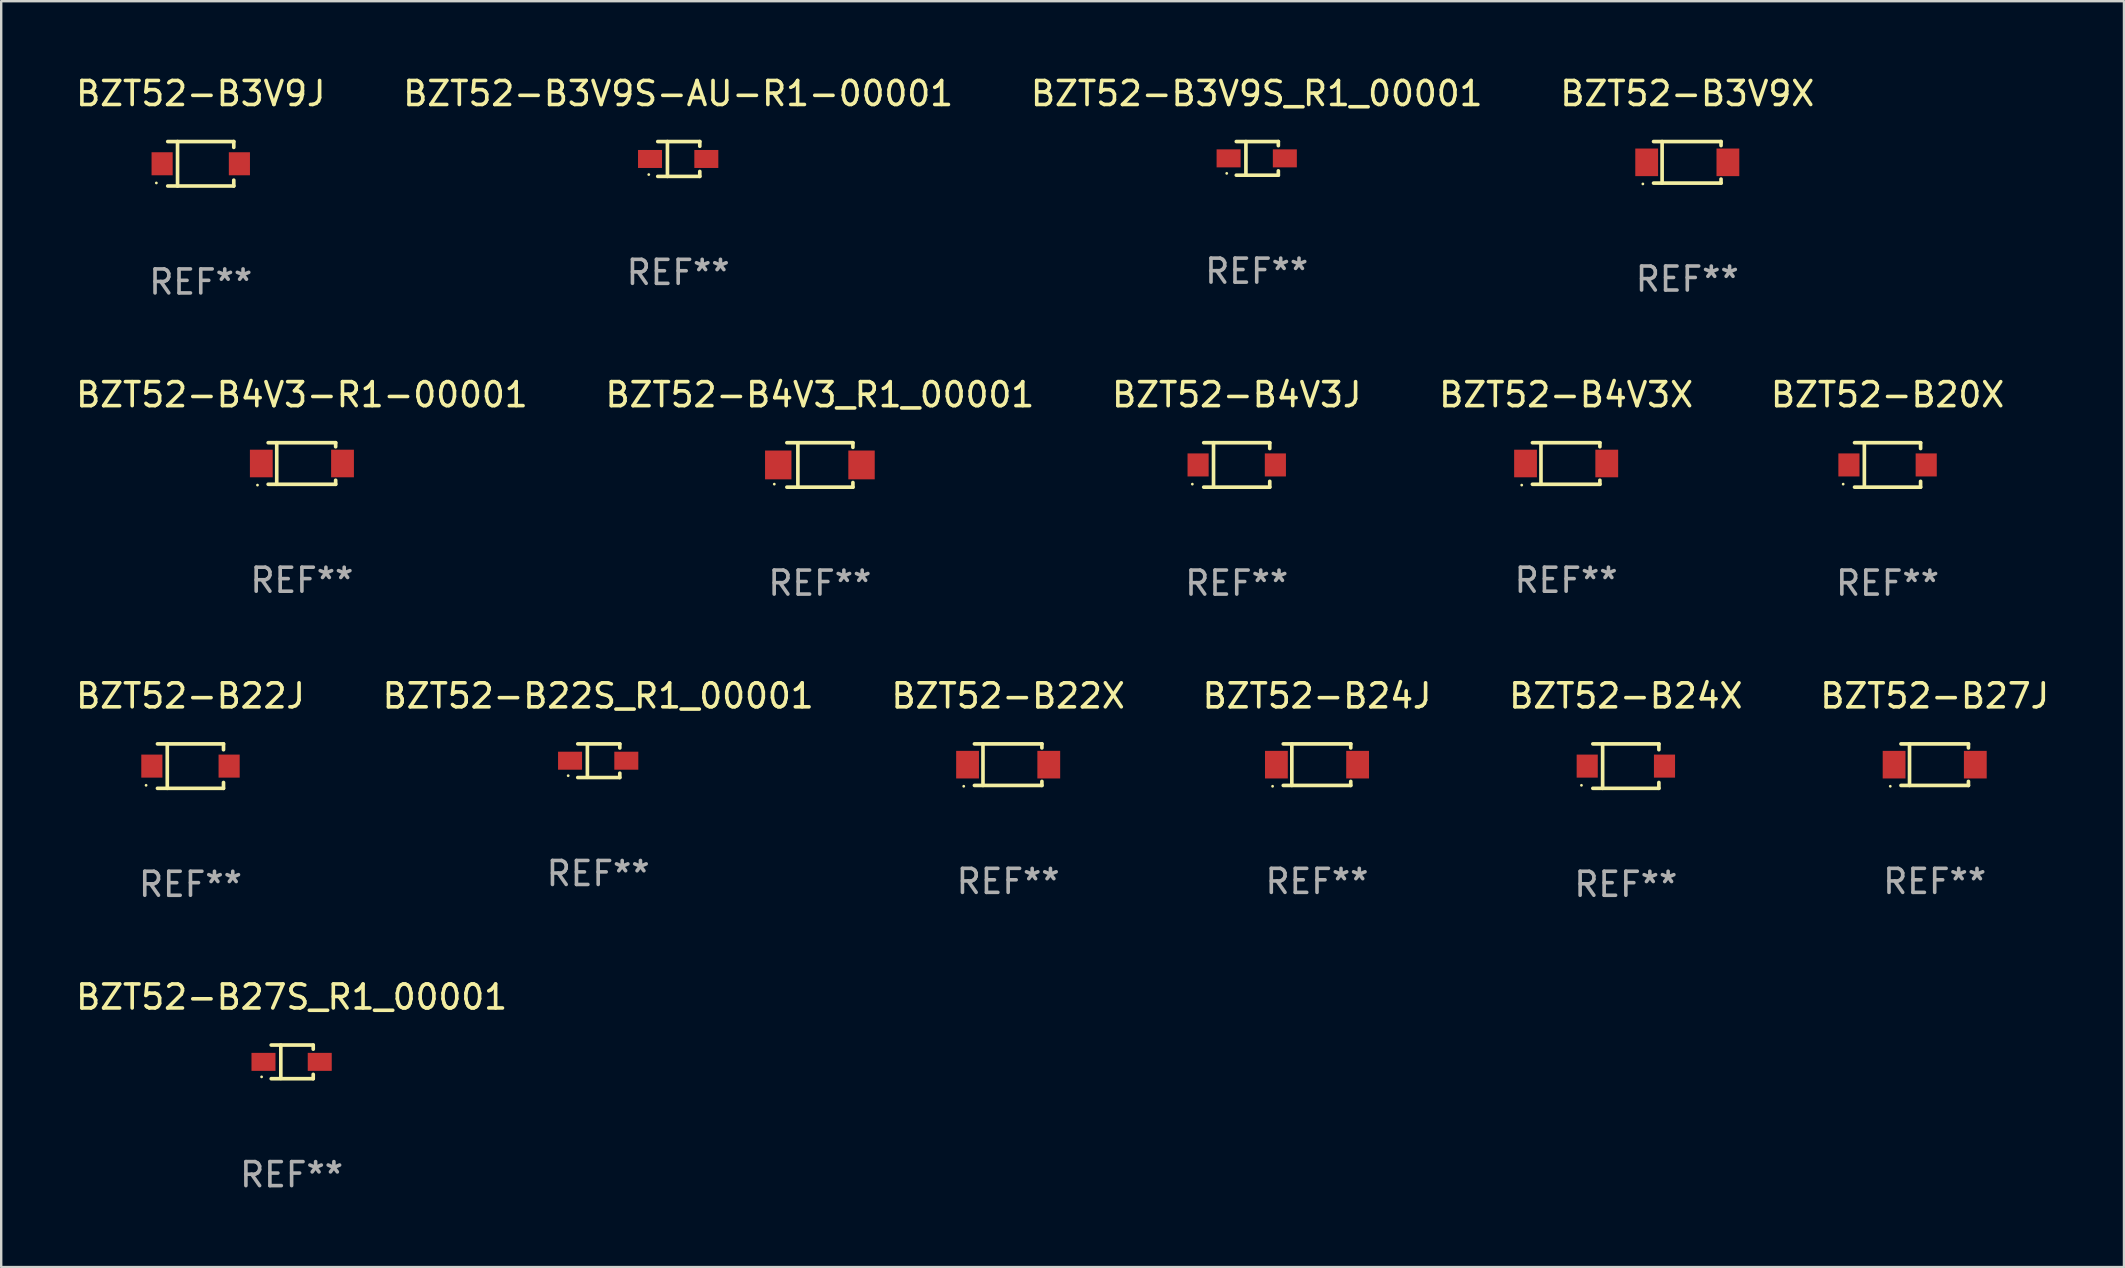
<source format=kicad_pcb>
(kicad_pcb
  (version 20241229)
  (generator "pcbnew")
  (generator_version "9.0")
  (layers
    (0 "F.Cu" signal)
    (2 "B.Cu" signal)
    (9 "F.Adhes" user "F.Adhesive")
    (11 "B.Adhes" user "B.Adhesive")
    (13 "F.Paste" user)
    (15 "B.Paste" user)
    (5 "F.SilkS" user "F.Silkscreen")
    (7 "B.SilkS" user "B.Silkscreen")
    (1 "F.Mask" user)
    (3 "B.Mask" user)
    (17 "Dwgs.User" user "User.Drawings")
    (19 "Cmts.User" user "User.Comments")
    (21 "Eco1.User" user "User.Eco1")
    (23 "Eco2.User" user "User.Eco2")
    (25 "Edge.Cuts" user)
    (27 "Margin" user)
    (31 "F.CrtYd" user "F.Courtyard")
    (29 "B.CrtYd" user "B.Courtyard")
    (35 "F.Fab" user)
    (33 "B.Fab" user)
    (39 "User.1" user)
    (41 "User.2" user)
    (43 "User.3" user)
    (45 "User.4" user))
  (footprint "BZT52-B22X"
    (layer "F.Cu")
    (at 38.958 28.812)
    (property "Reference" "BZT52-B22X" (at 0 -2.866 0) (layer "F.SilkS") (effects (font (size 1 1) (thickness 0.15))))
    (attr through_hole)
    (fp_line (start -1.406 -0.866) (end 1.406 -0.866) (stroke (width 0.152) (type solid)) (layer "F.SilkS"))
    (fp_line (start -1.406 0.866) (end 1.406 0.866) (stroke (width 0.152) (type solid)) (layer "F.SilkS"))
    (fp_line (start -1.049 -0.866) (end -1.049 0.866) (stroke (width 0.152) (type solid)) (layer "F.SilkS"))
    (fp_line (start 1.406 -0.866) (end 1.406 -0.698) (stroke (width 0.152) (type solid)) (layer "F.SilkS"))
    (fp_line (start 1.406 0.866) (end 1.406 0.698) (stroke (width 0.152) (type solid)) (layer "F.SilkS"))
    (fp_circle (center -1.851 0.9) (end -1.821 0.9) (stroke (width 0.06) (type solid)) (fill no) (layer "F.SilkS"))
    (fp_text user "REF**" (at 0 4.866 0) (layer "F.Fab") (effects (font (size 1 1) (thickness 0.15))))
    (pad "1" smd rect (at -1.692 0) (size 0.95 1.15) (layers "F.Cu" "F.Mask" "F.Paste"))
    (pad "2" smd rect (at 1.692 0) (size 0.95 1.15) (layers "F.Cu" "F.Mask" "F.Paste")))
  (footprint "BZT52-B20X"
    (layer "F.Cu")
    (at 75.601 16.323)
    (property "Reference" "BZT52-B20X" (at 0 -2.926 0) (layer "F.SilkS") (effects (font (size 1 1) (thickness 0.15))))
    (attr through_hole)
    (fp_line (start -1.376 -0.926) (end 1.376 -0.926) (stroke (width 0.152) (type solid)) (layer "F.SilkS"))
    (fp_line (start -1.376 0.926) (end 1.376 0.926) (stroke (width 0.152) (type solid)) (layer "F.SilkS"))
    (fp_line (start -0.967 -0.926) (end -0.967 0.926) (stroke (width 0.152) (type solid)) (layer "F.SilkS"))
    (fp_line (start 1.376 -0.926) (end 1.376 -0.683) (stroke (width 0.152) (type solid)) (layer "F.SilkS"))
    (fp_line (start 1.376 0.926) (end 1.376 0.683) (stroke (width 0.152) (type solid)) (layer "F.SilkS"))
    (fp_circle (center -1.85 0.8) (end -1.82 0.8) (stroke (width 0.06) (type solid)) (fill no) (layer "F.SilkS"))
    (fp_text user "REF**" (at 0 4.926 0) (layer "F.Fab") (effects (font (size 1 1) (thickness 0.15))))
    (pad "1" smd rect (at -1.61 0) (size 0.88 0.96) (layers "F.Cu" "F.Mask" "F.Paste"))
    (pad "2" smd rect (at 1.61 0) (size 0.88 0.96) (layers "F.Cu" "F.Mask" "F.Paste")))
  (footprint "BZT52-B22J"
    (layer "F.Cu")
    (at 4.887 28.872)
    (property "Reference" "BZT52-B22J" (at 0 -2.926 0) (layer "F.SilkS") (effects (font (size 1 1) (thickness 0.15))))
    (attr through_hole)
    (fp_line (start -1.376 -0.926) (end 1.376 -0.926) (stroke (width 0.152) (type solid)) (layer "F.SilkS"))
    (fp_line (start -1.376 0.926) (end 1.376 0.926) (stroke (width 0.152) (type solid)) (layer "F.SilkS"))
    (fp_line (start -0.967 -0.926) (end -0.967 0.926) (stroke (width 0.152) (type solid)) (layer "F.SilkS"))
    (fp_line (start 1.376 -0.926) (end 1.376 -0.683) (stroke (width 0.152) (type solid)) (layer "F.SilkS"))
    (fp_line (start 1.376 0.926) (end 1.376 0.683) (stroke (width 0.152) (type solid)) (layer "F.SilkS"))
    (fp_circle (center -1.85 0.8) (end -1.82 0.8) (stroke (width 0.06) (type solid)) (fill no) (layer "F.SilkS"))
    (fp_text user "REF**" (at 0 4.926 0) (layer "F.Fab") (effects (font (size 1 1) (thickness 0.15))))
    (pad "1" smd rect (at -1.61 0) (size 0.88 0.96) (layers "F.Cu" "F.Mask" "F.Paste"))
    (pad "2" smd rect (at 1.61 0) (size 0.88 0.96) (layers "F.Cu" "F.Mask" "F.Paste")))
  (footprint "BZT52-B3V9S-AU-R1-00001"
    (layer "F.Cu")
    (at 25.208 3.574)
    (property "Reference" "BZT52-B3V9S-AU-R1-00001" (at 0 -2.726 0) (layer "F.SilkS") (effects (font (size 1 1) (thickness 0.15))))
    (attr through_hole)
    (fp_line (start -0.851 -0.726) (end 0.901 -0.726) (stroke (width 0.152) (type solid)) (layer "F.SilkS"))
    (fp_line (start -0.851 0.726) (end 0.901 0.726) (stroke (width 0.152) (type solid)) (layer "F.SilkS"))
    (fp_line (start -0.447 -0.726) (end -0.447 0.726) (stroke (width 0.152) (type solid)) (layer "F.SilkS"))
    (fp_line (start 0.901 -0.726) (end 0.901 -0.53) (stroke (width 0.152) (type solid)) (layer "F.SilkS"))
    (fp_line (start 0.901 0.726) (end 0.901 0.52) (stroke (width 0.152) (type solid)) (layer "F.SilkS"))
    (fp_circle (center -1.225 0.65) (end -1.195 0.65) (stroke (width 0.06) (type solid)) (fill no) (layer "F.SilkS"))
    (fp_text user "REF**" (at 0 4.726 0) (layer "F.Fab") (effects (font (size 1 1) (thickness 0.15))))
    (pad "1" smd rect (at -1.173 0) (size 1 0.75) (layers "F.Cu" "F.Mask" "F.Paste"))
    (pad "2" smd rect (at 1.173 0) (size 1 0.75) (layers "F.Cu" "F.Mask" "F.Paste")))
  (footprint "BZT52-B27S_R1_00001"
    (layer "F.Cu")
    (at 9.101 41.196)
    (property "Reference" "BZT52-B27S_R1_00001" (at 0 -2.701 0) (layer "F.SilkS") (effects (font (size 1 1) (thickness 0.15))))
    (attr through_hole)
    (fp_line (start -0.851 -0.701) (end 0.901 -0.701) (stroke (width 0.152) (type solid)) (layer "F.SilkS"))
    (fp_line (start -0.851 0.701) (end 0.901 0.701) (stroke (width 0.152) (type solid)) (layer "F.SilkS"))
    (fp_line (start -0.45 -0.7) (end -0.45 0.69) (stroke (width 0.152) (type solid)) (layer "F.SilkS"))
    (fp_line (start 0.9 -0.7) (end 0.901 -0.53) (stroke (width 0.152) (type solid)) (layer "F.SilkS"))
    (fp_line (start 0.9 0.7) (end 0.901 0.52) (stroke (width 0.152) (type solid)) (layer "F.SilkS"))
    (fp_circle (center -1.25 0.625) (end -1.22 0.625) (stroke (width 0.06) (type solid)) (fill no) (layer "F.SilkS"))
    (fp_text user "REF**" (at 0 4.701 0) (layer "F.Fab") (effects (font (size 1 1) (thickness 0.15))))
    (pad "1" smd rect (at -1.172 -0.000102) (size 1 0.75) (layers "F.Cu" "F.Mask" "F.Paste"))
    (pad "2" smd rect (at 1.172 -0.000102) (size 1 0.75) (layers "F.Cu" "F.Mask" "F.Paste")))
  (footprint "BZT52-B24J"
    (layer "F.Cu")
    (at 51.827 28.812)
    (property "Reference" "BZT52-B24J" (at 0 -2.866 0) (layer "F.SilkS") (effects (font (size 1 1) (thickness 0.15))))
    (attr through_hole)
    (fp_line (start -1.406 -0.866) (end 1.406 -0.866) (stroke (width 0.152) (type solid)) (layer "F.SilkS"))
    (fp_line (start -1.406 0.866) (end 1.406 0.866) (stroke (width 0.152) (type solid)) (layer "F.SilkS"))
    (fp_line (start -1.049 -0.866) (end -1.049 0.866) (stroke (width 0.152) (type solid)) (layer "F.SilkS"))
    (fp_line (start 1.406 -0.866) (end 1.406 -0.698) (stroke (width 0.152) (type solid)) (layer "F.SilkS"))
    (fp_line (start 1.406 0.866) (end 1.406 0.698) (stroke (width 0.152) (type solid)) (layer "F.SilkS"))
    (fp_circle (center -1.851 0.9) (end -1.821 0.9) (stroke (width 0.06) (type solid)) (fill no) (layer "F.SilkS"))
    (fp_text user "REF**" (at 0 4.866 0) (layer "F.Fab") (effects (font (size 1 1) (thickness 0.15))))
    (pad "1" smd rect (at -1.692 0) (size 0.95 1.15) (layers "F.Cu" "F.Mask" "F.Paste"))
    (pad "2" smd rect (at 1.692 0) (size 0.95 1.15) (layers "F.Cu" "F.Mask" "F.Paste")))
  (footprint "BZT52-B24X"
    (layer "F.Cu")
    (at 64.696 28.872)
    (property "Reference" "BZT52-B24X" (at 0 -2.926 0) (layer "F.SilkS") (effects (font (size 1 1) (thickness 0.15))))
    (attr through_hole)
    (fp_line (start -1.376 -0.926) (end 1.376 -0.926) (stroke (width 0.152) (type solid)) (layer "F.SilkS"))
    (fp_line (start -1.376 0.926) (end 1.376 0.926) (stroke (width 0.152) (type solid)) (layer "F.SilkS"))
    (fp_line (start -0.967 -0.926) (end -0.967 0.926) (stroke (width 0.152) (type solid)) (layer "F.SilkS"))
    (fp_line (start 1.376 -0.926) (end 1.376 -0.683) (stroke (width 0.152) (type solid)) (layer "F.SilkS"))
    (fp_line (start 1.376 0.926) (end 1.376 0.683) (stroke (width 0.152) (type solid)) (layer "F.SilkS"))
    (fp_circle (center -1.85 0.8) (end -1.82 0.8) (stroke (width 0.06) (type solid)) (fill no) (layer "F.SilkS"))
    (fp_text user "REF**" (at 0 4.926 0) (layer "F.Fab") (effects (font (size 1 1) (thickness 0.15))))
    (pad "1" smd rect (at -1.61 0) (size 0.88 0.96) (layers "F.Cu" "F.Mask" "F.Paste"))
    (pad "2" smd rect (at 1.61 0) (size 0.88 0.96) (layers "F.Cu" "F.Mask" "F.Paste")))
  (footprint "BZT52-B3V9X"
    (layer "F.Cu")
    (at 67.256 3.714)
    (property "Reference" "BZT52-B3V9X" (at 0 -2.866 0) (layer "F.SilkS") (effects (font (size 1 1) (thickness 0.15))))
    (attr through_hole)
    (fp_line (start -1.406 -0.866) (end 1.406 -0.866) (stroke (width 0.152) (type solid)) (layer "F.SilkS"))
    (fp_line (start -1.406 0.866) (end 1.406 0.866) (stroke (width 0.152) (type solid)) (layer "F.SilkS"))
    (fp_line (start -1.049 -0.866) (end -1.049 0.866) (stroke (width 0.152) (type solid)) (layer "F.SilkS"))
    (fp_line (start 1.406 -0.866) (end 1.406 -0.698) (stroke (width 0.152) (type solid)) (layer "F.SilkS"))
    (fp_line (start 1.406 0.866) (end 1.406 0.698) (stroke (width 0.152) (type solid)) (layer "F.SilkS"))
    (fp_circle (center -1.851 0.9) (end -1.821 0.9) (stroke (width 0.06) (type solid)) (fill no) (layer "F.SilkS"))
    (fp_text user "REF**" (at 0 4.866 0) (layer "F.Fab") (effects (font (size 1 1) (thickness 0.15))))
    (pad "1" smd rect (at -1.692 0) (size 0.95 1.15) (layers "F.Cu" "F.Mask" "F.Paste"))
    (pad "2" smd rect (at 1.692 0) (size 0.95 1.15) (layers "F.Cu" "F.Mask" "F.Paste")))
  (footprint "BZT52-B3V9S_R1_00001"
    (layer "F.Cu")
    (at 49.315 3.549)
    (property "Reference" "BZT52-B3V9S_R1_00001" (at 0 -2.701 0) (layer "F.SilkS") (effects (font (size 1 1) (thickness 0.15))))
    (attr through_hole)
    (fp_line (start -0.851 -0.701) (end 0.901 -0.701) (stroke (width 0.152) (type solid)) (layer "F.SilkS"))
    (fp_line (start -0.851 0.701) (end 0.901 0.701) (stroke (width 0.152) (type solid)) (layer "F.SilkS"))
    (fp_line (start -0.45 -0.7) (end -0.45 0.69) (stroke (width 0.152) (type solid)) (layer "F.SilkS"))
    (fp_line (start 0.9 -0.7) (end 0.901 -0.53) (stroke (width 0.152) (type solid)) (layer "F.SilkS"))
    (fp_line (start 0.9 0.7) (end 0.901 0.52) (stroke (width 0.152) (type solid)) (layer "F.SilkS"))
    (fp_circle (center -1.25 0.625) (end -1.22 0.625) (stroke (width 0.06) (type solid)) (fill no) (layer "F.SilkS"))
    (fp_text user "REF**" (at 0 4.701 0) (layer "F.Fab") (effects (font (size 1 1) (thickness 0.15))))
    (pad "1" smd rect (at -1.172 -0.000102) (size 1 0.75) (layers "F.Cu" "F.Mask" "F.Paste"))
    (pad "2" smd rect (at 1.172 -0.000102) (size 1 0.75) (layers "F.Cu" "F.Mask" "F.Paste")))
  (footprint "BZT52-B4V3J"
    (layer "F.Cu")
    (at 48.482 16.323)
    (property "Reference" "BZT52-B4V3J" (at 0 -2.926 0) (layer "F.SilkS") (effects (font (size 1 1) (thickness 0.15))))
    (attr through_hole)
    (fp_line (start -1.376 -0.926) (end 1.376 -0.926) (stroke (width 0.152) (type solid)) (layer "F.SilkS"))
    (fp_line (start -1.376 0.926) (end 1.376 0.926) (stroke (width 0.152) (type solid)) (layer "F.SilkS"))
    (fp_line (start -0.967 -0.926) (end -0.967 0.926) (stroke (width 0.152) (type solid)) (layer "F.SilkS"))
    (fp_line (start 1.376 -0.926) (end 1.376 -0.683) (stroke (width 0.152) (type solid)) (layer "F.SilkS"))
    (fp_line (start 1.376 0.926) (end 1.376 0.683) (stroke (width 0.152) (type solid)) (layer "F.SilkS"))
    (fp_circle (center -1.85 0.8) (end -1.82 0.8) (stroke (width 0.06) (type solid)) (fill no) (layer "F.SilkS"))
    (fp_text user "REF**" (at 0 4.926 0) (layer "F.Fab") (effects (font (size 1 1) (thickness 0.15))))
    (pad "1" smd rect (at -1.61 0) (size 0.88 0.96) (layers "F.Cu" "F.Mask" "F.Paste"))
    (pad "2" smd rect (at 1.61 0) (size 0.88 0.96) (layers "F.Cu" "F.Mask" "F.Paste")))
  (footprint "BZT52-B27J"
    (layer "F.Cu")
    (at 77.565 28.812)
    (property "Reference" "BZT52-B27J" (at 0 -2.866 0) (layer "F.SilkS") (effects (font (size 1 1) (thickness 0.15))))
    (attr through_hole)
    (fp_line (start -1.406 -0.866) (end 1.406 -0.866) (stroke (width 0.152) (type solid)) (layer "F.SilkS"))
    (fp_line (start -1.406 0.866) (end 1.406 0.866) (stroke (width 0.152) (type solid)) (layer "F.SilkS"))
    (fp_line (start -1.049 -0.866) (end -1.049 0.866) (stroke (width 0.152) (type solid)) (layer "F.SilkS"))
    (fp_line (start 1.406 -0.866) (end 1.406 -0.698) (stroke (width 0.152) (type solid)) (layer "F.SilkS"))
    (fp_line (start 1.406 0.866) (end 1.406 0.698) (stroke (width 0.152) (type solid)) (layer "F.SilkS"))
    (fp_circle (center -1.851 0.9) (end -1.821 0.9) (stroke (width 0.06) (type solid)) (fill no) (layer "F.SilkS"))
    (fp_text user "REF**" (at 0 4.866 0) (layer "F.Fab") (effects (font (size 1 1) (thickness 0.15))))
    (pad "1" smd rect (at -1.692 0) (size 0.95 1.15) (layers "F.Cu" "F.Mask" "F.Paste"))
    (pad "2" smd rect (at 1.692 0) (size 0.95 1.15) (layers "F.Cu" "F.Mask" "F.Paste")))
  (footprint "BZT52-B4V3-R1-00001"
    (layer "F.Cu")
    (at 9.53 16.263)
    (property "Reference" "BZT52-B4V3-R1-00001" (at 0 -2.866 0) (layer "F.SilkS") (effects (font (size 1 1) (thickness 0.15))))
    (attr through_hole)
    (fp_line (start -1.406 -0.866) (end 1.406 -0.866) (stroke (width 0.152) (type solid)) (layer "F.SilkS"))
    (fp_line (start -1.406 0.866) (end 1.406 0.866) (stroke (width 0.152) (type solid)) (layer "F.SilkS"))
    (fp_line (start -1.049 -0.866) (end -1.049 0.866) (stroke (width 0.152) (type solid)) (layer "F.SilkS"))
    (fp_line (start 1.406 -0.866) (end 1.406 -0.698) (stroke (width 0.152) (type solid)) (layer "F.SilkS"))
    (fp_line (start 1.406 0.866) (end 1.406 0.698) (stroke (width 0.152) (type solid)) (layer "F.SilkS"))
    (fp_circle (center -1.851 0.9) (end -1.821 0.9) (stroke (width 0.06) (type solid)) (fill no) (layer "F.SilkS"))
    (fp_text user "REF**" (at 0 4.866 0) (layer "F.Fab") (effects (font (size 1 1) (thickness 0.15))))
    (pad "1" smd rect (at -1.692 0) (size 0.95 1.15) (layers "F.Cu" "F.Mask" "F.Paste"))
    (pad "2" smd rect (at 1.692 0) (size 0.95 1.15) (layers "F.Cu" "F.Mask" "F.Paste")))
  (footprint "BZT52-B4V3_R1_00001"
    (layer "F.Cu")
    (at 31.113 16.323)
    (property "Reference" "BZT52-B4V3_R1_00001" (at 0 -2.926 0) (layer "F.SilkS") (effects (font (size 1 1) (thickness 0.15))))
    (attr through_hole)
    (fp_line (start -1.376 -0.926) (end 1.376 -0.926) (stroke (width 0.152) (type solid)) (layer "F.SilkS"))
    (fp_line (start -1.376 0.926) (end 1.376 0.926) (stroke (width 0.152) (type solid)) (layer "F.SilkS"))
    (fp_line (start -0.917 -0.876) (end -0.917 0.876) (stroke (width 0.152) (type solid)) (layer "F.SilkS"))
    (fp_line (start 1.376 -0.926) (end 1.376 -0.733) (stroke (width 0.152) (type solid)) (layer "F.SilkS"))
    (fp_line (start 1.376 0.926) (end 1.376 0.733) (stroke (width 0.152) (type solid)) (layer "F.SilkS"))
    (fp_circle (center -1.9 0.8) (end -1.87 0.8) (stroke (width 0.06) (type solid)) (fill no) (layer "F.SilkS"))
    (fp_text user "REF**" (at 0 4.926 0) (layer "F.Fab") (effects (font (size 1 1) (thickness 0.15))))
    (pad "1" smd rect (at -1.735 -0.000025) (size 1.1 1.2) (layers "F.Cu" "F.Mask" "F.Paste"))
    (pad "2" smd rect (at 1.735 -0.000025) (size 1.1 1.2) (layers "F.Cu" "F.Mask" "F.Paste")))
  (footprint "BZT52-B3V9J"
    (layer "F.Cu")
    (at 5.315 3.774)
    (property "Reference" "BZT52-B3V9J" (at 0 -2.926 0) (layer "F.SilkS") (effects (font (size 1 1) (thickness 0.15))))
    (attr through_hole)
    (fp_line (start -1.376 -0.926) (end 1.376 -0.926) (stroke (width 0.152) (type solid)) (layer "F.SilkS"))
    (fp_line (start -1.376 0.926) (end 1.376 0.926) (stroke (width 0.152) (type solid)) (layer "F.SilkS"))
    (fp_line (start -0.967 -0.926) (end -0.967 0.926) (stroke (width 0.152) (type solid)) (layer "F.SilkS"))
    (fp_line (start 1.376 -0.926) (end 1.376 -0.683) (stroke (width 0.152) (type solid)) (layer "F.SilkS"))
    (fp_line (start 1.376 0.926) (end 1.376 0.683) (stroke (width 0.152) (type solid)) (layer "F.SilkS"))
    (fp_circle (center -1.85 0.8) (end -1.82 0.8) (stroke (width 0.06) (type solid)) (fill no) (layer "F.SilkS"))
    (fp_text user "REF**" (at 0 4.926 0) (layer "F.Fab") (effects (font (size 1 1) (thickness 0.15))))
    (pad "1" smd rect (at -1.61 0) (size 0.88 0.96) (layers "F.Cu" "F.Mask" "F.Paste"))
    (pad "2" smd rect (at 1.61 0) (size 0.88 0.96) (layers "F.Cu" "F.Mask" "F.Paste")))
  (footprint "BZT52-B22S_R1_00001"
    (layer "F.Cu")
    (at 21.875 28.647)
    (property "Reference" "BZT52-B22S_R1_00001" (at 0 -2.701 0) (layer "F.SilkS") (effects (font (size 1 1) (thickness 0.15))))
    (attr through_hole)
    (fp_line (start -0.851 -0.701) (end 0.901 -0.701) (stroke (width 0.152) (type solid)) (layer "F.SilkS"))
    (fp_line (start -0.851 0.701) (end 0.901 0.701) (stroke (width 0.152) (type solid)) (layer "F.SilkS"))
    (fp_line (start -0.45 -0.7) (end -0.45 0.69) (stroke (width 0.152) (type solid)) (layer "F.SilkS"))
    (fp_line (start 0.9 -0.7) (end 0.901 -0.53) (stroke (width 0.152) (type solid)) (layer "F.SilkS"))
    (fp_line (start 0.9 0.7) (end 0.901 0.52) (stroke (width 0.152) (type solid)) (layer "F.SilkS"))
    (fp_circle (center -1.25 0.625) (end -1.22 0.625) (stroke (width 0.06) (type solid)) (fill no) (layer "F.SilkS"))
    (fp_text user "REF**" (at 0 4.701 0) (layer "F.Fab") (effects (font (size 1 1) (thickness 0.15))))
    (pad "1" smd rect (at -1.172 -0.000102) (size 1 0.75) (layers "F.Cu" "F.Mask" "F.Paste"))
    (pad "2" smd rect (at 1.172 -0.000102) (size 1 0.75) (layers "F.Cu" "F.Mask" "F.Paste")))
  (footprint "BZT52-B4V3X"
    (layer "F.Cu")
    (at 62.208 16.263)
    (property "Reference" "BZT52-B4V3X" (at 0 -2.866 0) (layer "F.SilkS") (effects (font (size 1 1) (thickness 0.15))))
    (attr through_hole)
    (fp_line (start -1.406 -0.866) (end 1.406 -0.866) (stroke (width 0.152) (type solid)) (layer "F.SilkS"))
    (fp_line (start -1.406 0.866) (end 1.406 0.866) (stroke (width 0.152) (type solid)) (layer "F.SilkS"))
    (fp_line (start -1.049 -0.866) (end -1.049 0.866) (stroke (width 0.152) (type solid)) (layer "F.SilkS"))
    (fp_line (start 1.406 -0.866) (end 1.406 -0.698) (stroke (width 0.152) (type solid)) (layer "F.SilkS"))
    (fp_line (start 1.406 0.866) (end 1.406 0.698) (stroke (width 0.152) (type solid)) (layer "F.SilkS"))
    (fp_circle (center -1.851 0.9) (end -1.821 0.9) (stroke (width 0.06) (type solid)) (fill no) (layer "F.SilkS"))
    (fp_text user "REF**" (at 0 4.866 0) (layer "F.Fab") (effects (font (size 1 1) (thickness 0.15))))
    (pad "1" smd rect (at -1.692 0) (size 0.95 1.15) (layers "F.Cu" "F.Mask" "F.Paste"))
    (pad "2" smd rect (at 1.692 0) (size 0.95 1.15) (layers "F.Cu" "F.Mask" "F.Paste")))
  (gr_rect
    (start -3 -3)
    (end 85.452 49.745)
    (stroke (width 0.1) (type default))
    (fill no)
    (layer "Edge.Cuts")))
</source>
